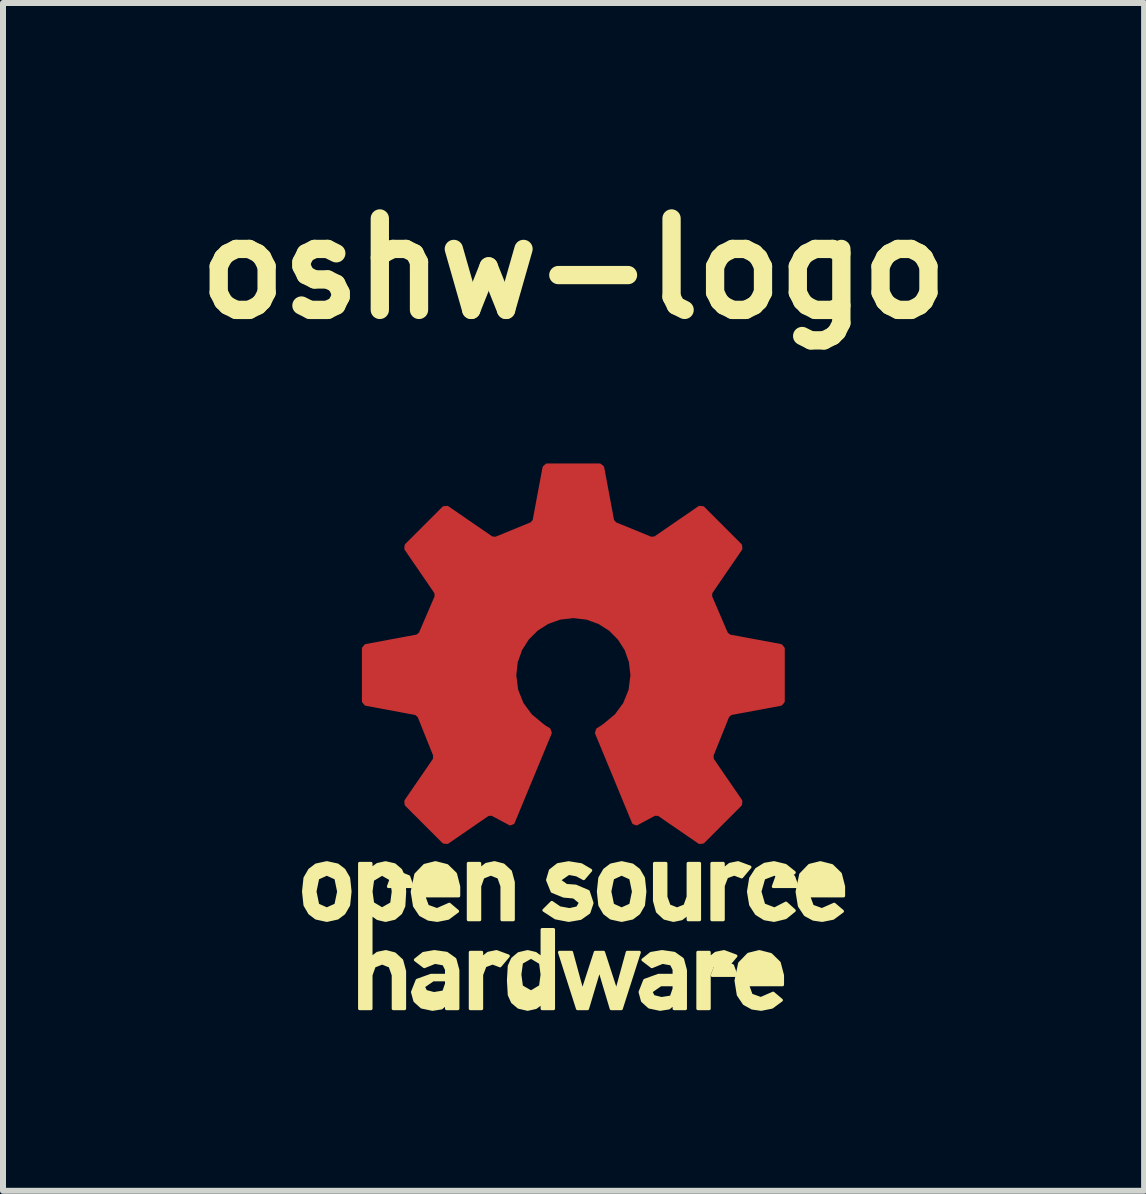
<source format=kicad_pcb>
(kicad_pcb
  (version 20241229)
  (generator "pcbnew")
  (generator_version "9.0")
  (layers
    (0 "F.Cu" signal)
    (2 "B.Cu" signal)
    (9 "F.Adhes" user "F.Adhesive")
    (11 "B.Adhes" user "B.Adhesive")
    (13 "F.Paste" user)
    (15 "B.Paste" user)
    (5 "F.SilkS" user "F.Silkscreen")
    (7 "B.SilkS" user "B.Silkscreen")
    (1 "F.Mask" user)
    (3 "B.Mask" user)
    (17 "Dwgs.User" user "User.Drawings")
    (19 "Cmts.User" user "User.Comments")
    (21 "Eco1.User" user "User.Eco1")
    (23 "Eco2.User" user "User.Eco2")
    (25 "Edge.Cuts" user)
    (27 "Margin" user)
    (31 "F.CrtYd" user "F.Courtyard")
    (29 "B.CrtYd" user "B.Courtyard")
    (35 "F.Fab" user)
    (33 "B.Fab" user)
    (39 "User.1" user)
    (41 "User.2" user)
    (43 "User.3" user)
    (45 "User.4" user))
  (footprint "oshw-logo"
    (layer "F.Cu")
    (at 6.51 9.123)
    (property "Reference" "oshw-logo" (at 0 -7.697 0) (layer "F.SilkS") (effects (font (size 1.524 1.524) (thickness 0.305))))
    (attr smd)
    (fp_poly (pts (xy 3.456 -1.412) (xy 2.597 -1.572) (xy 2.547 -1.615) (xy 2.283 -2.23) (xy 2.287 -2.296) (xy 2.788 -3.026) (xy 2.782 -3.085) (xy 2.157 -3.71) (xy 2.098 -3.716) (xy 1.356 -3.206) (xy 1.289 -3.201) (xy 0.694 -3.445) (xy 0.65 -3.495) (xy 0.484 -4.384) (xy 0.438 -4.422) (xy -0.446 -4.422) (xy -0.491 -4.384) (xy -0.657 -3.495) (xy -0.701 -3.445) (xy -1.296 -3.201) (xy -1.363 -3.206) (xy -2.105 -3.716) (xy -2.165 -3.71) (xy -2.79 -3.085) (xy -2.795 -3.026) (xy -2.295 -2.296) (xy -2.29 -2.23) (xy -2.554 -1.615) (xy -2.605 -1.572) (xy -3.464 -1.412) (xy -3.502 -1.366) (xy -3.502 -0.482) (xy -3.464 -0.436) (xy -2.626 -0.28) (xy -2.576 -0.236) (xy -2.314 0.417) (xy -2.319 0.484) (xy -2.795 1.178) (xy -2.79 1.237) (xy -2.165 1.862) (xy -2.105 1.868) (xy -1.424 1.4) (xy -1.359 1.398) (xy -1.058 1.558) (xy -1.009 1.54) (xy -0.389 0.043) (xy -0.407 -0.013) (xy -0.483 -0.059) (xy -0.53 -0.095) (xy -0.715 -0.249) (xy -0.858 -0.442) (xy -0.949 -0.669) (xy -0.981 -0.919) (xy -0.956 -1.143) (xy -0.882 -1.349) (xy -0.767 -1.53) (xy -0.615 -1.682) (xy -0.434 -1.797) (xy -0.228 -1.871) (xy -0.004 -1.897) (xy 0.22 -1.871) (xy 0.426 -1.797) (xy 0.608 -1.682) (xy 0.759 -1.53) (xy 0.875 -1.349) (xy 0.948 -1.143) (xy 0.974 -0.919) (xy 0.942 -0.669) (xy 0.85 -0.442) (xy 0.708 -0.249) (xy 0.523 -0.095) (xy 0.475 -0.059) (xy 0.4 -0.013) (xy 0.382 0.043) (xy 1.001 1.54) (xy 1.051 1.558) (xy 1.351 1.398) (xy 1.417 1.4) (xy 2.098 1.868) (xy 2.157 1.862) (xy 2.782 1.237) (xy 2.788 1.178) (xy 2.312 0.484) (xy 2.307 0.417) (xy 2.569 -0.236) (xy 2.618 -0.28) (xy 3.456 -0.436) (xy 3.494 -0.482) (xy 3.494 -1.366) (xy 3.456 -1.412) (xy 3.456 -1.412)) (stroke (width 0.052) (type solid)) (fill yes) (layer "F.Cu"))
    (fp_poly (pts (xy -0.456 -4.526) (xy -0.604 -4.37) (xy -0.654 -4.152) (xy -0.666 -3.913) (xy -0.704 -3.695) (xy -0.842 -3.524) (xy -1.031 -3.399) (xy -1.243 -3.341) (xy -1.451 -3.371) (xy -1.626 -3.512) (xy -1.791 -3.656) (xy -1.974 -3.754) (xy -2.16 -3.784) (xy -2.336 -3.723) (xy -2.487 -3.549) (xy -2.636 -3.402) (xy -2.779 -3.241) (xy -2.87 -3.071) (xy -2.864 -2.897) (xy -2.715 -2.723) (xy -2.577 -2.567) (xy -2.481 -2.392) (xy -2.44 -2.206) (xy -2.469 -2.016) (xy -2.579 -1.83) (xy -2.682 -1.686) (xy -2.837 -1.617) (xy -3.023 -1.591) (xy -3.221 -1.577) (xy -3.412 -1.543) (xy -3.575 -1.456) (xy -3.598 -1.233) (xy -3.619 -0.996) (xy -3.621 -0.76) (xy -3.588 -0.538) (xy -3.507 -0.344) (xy -3.328 -0.291) (xy -3.136 -0.27) (xy -2.945 -0.25) (xy -2.769 -0.197) (xy -2.623 -0.079) (xy -2.517 0.123) (xy -2.473 0.332) (xy -2.495 0.537) (xy -2.584 0.728) (xy -2.741 0.893) (xy -2.864 1.063) (xy -2.871 1.227) (xy -2.794 1.383) (xy -2.665 1.53) (xy -2.516 1.667) (xy -2.378 1.791) (xy -2.226 1.941) (xy -2.06 1.948) (xy -1.89 1.862) (xy -1.724 1.735) (xy -1.571 1.618) (xy -1.459 1.531) (xy -1.326 1.544) (xy -1.187 1.603) (xy -1.055 1.649) (xy -0.946 1.627) (xy -0.874 1.481) (xy -0.789 1.271) (xy -0.699 1.061) (xy -0.609 0.853) (xy -0.519 0.644) (xy -0.433 0.433) (xy -0.354 0.22) (xy -0.283 0.004) (xy -0.426 -0.153) (xy -0.594 -0.287) (xy -0.744 -0.436) (xy -0.834 -0.634) (xy -0.879 -0.852) (xy -0.862 -1.071) (xy -0.79 -1.28) (xy -0.673 -1.468) (xy -0.517 -1.624) (xy -0.33 -1.736) (xy -0.12 -1.795) (xy 0.106 -1.788) (xy 0.314 -1.743) (xy 0.494 -1.644) (xy 0.644 -1.502) (xy 0.758 -1.329) (xy 0.833 -1.133) (xy 0.865 -0.927) (xy 0.85 -0.72) (xy 0.785 -0.524) (xy 0.666 -0.349) (xy 0.509 -0.239) (xy 0.381 -0.112) (xy 0.307 0.032) (xy 0.309 0.195) (xy 0.411 0.375) (xy 0.496 0.588) (xy 0.58 0.801) (xy 0.665 1.014) (xy 0.754 1.226) (xy 0.849 1.435) (xy 0.952 1.64) (xy 1.133 1.627) (xy 1.31 1.56) (xy 1.478 1.538) (xy 1.633 1.659) (xy 1.772 1.783) (xy 1.93 1.894) (xy 2.093 1.955) (xy 2.249 1.927) (xy 2.385 1.773) (xy 2.536 1.648) (xy 2.686 1.506) (xy 2.806 1.351) (xy 2.866 1.187) (xy 2.839 1.018) (xy 2.696 0.85) (xy 2.536 0.672) (xy 2.467 0.469) (xy 2.476 0.255) (xy 2.552 0.044) (xy 2.683 -0.148) (xy 2.851 -0.236) (xy 3.046 -0.266) (xy 3.247 -0.279) (xy 3.435 -0.32) (xy 3.59 -0.434) (xy 3.587 -0.641) (xy 3.6 -0.851) (xy 3.611 -1.063) (xy 3.602 -1.271) (xy 3.553 -1.474) (xy 3.38 -1.544) (xy 3.184 -1.575) (xy 2.983 -1.595) (xy 2.796 -1.634) (xy 2.642 -1.72) (xy 2.538 -1.883) (xy 2.44 -2.081) (xy 2.438 -2.274) (xy 2.506 -2.459) (xy 2.621 -2.631) (xy 2.758 -2.788) (xy 2.871 -2.937) (xy 2.874 -3.077) (xy 2.799 -3.209) (xy 2.681 -3.336) (xy 2.553 -3.46) (xy 2.449 -3.581) (xy 2.302 -3.746) (xy 2.141 -3.792) (xy 1.971 -3.752) (xy 1.801 -3.655) (xy 1.637 -3.532) (xy 1.485 -3.413) (xy 1.318 -3.349) (xy 1.136 -3.358) (xy 0.96 -3.427) (xy 0.809 -3.544) (xy 0.705 -3.697) (xy 0.668 -3.874) (xy 0.656 -4.058) (xy 0.627 -4.256) (xy 0.561 -4.428) (xy 0.437 -4.532) (xy 0.235 -4.526) (xy 0.005 -4.526) (xy -0.226 -4.527) (xy -0.456 -4.526) (xy -0.456 -4.526)) (stroke (width 0.052) (type solid)) (fill yes) (layer "F.Mask"))
    (fp_poly (pts (xy -2.18 1.95) (xy -2.252 1.922) (xy -2.367 1.802) (xy -2.499 1.677) (xy -2.729 1.453) (xy -2.846 1.284) (xy -2.873 1.139) (xy -2.835 1.015) (xy -2.707 0.867) (xy -2.575 0.714) (xy -2.501 0.568) (xy -2.471 0.403) (xy -2.489 0.212) (xy -2.555 0.025) (xy -2.658 -0.121) (xy -2.825 -0.222) (xy -3.108 -0.271) (xy -3.315 -0.294) (xy -3.441 -0.324) (xy -3.528 -0.39) (xy -3.584 -0.54) (xy -3.612 -0.725) (xy -3.614 -0.965) (xy -3.59 -1.28) (xy -3.56 -1.461) (xy -3.346 -1.554) (xy -3.098 -1.583) (xy -2.853 -1.611) (xy -2.695 -1.674) (xy -2.597 -1.784) (xy -2.547 -1.865) (xy -2.458 -2.046) (xy -2.441 -2.238) (xy -2.496 -2.435) (xy -2.575 -2.568) (xy -2.711 -2.717) (xy -2.845 -2.87) (xy -2.875 -2.989) (xy -2.822 -3.168) (xy -2.616 -3.413) (xy -2.504 -3.534) (xy -2.436 -3.615) (xy -2.316 -3.729) (xy -2.165 -3.776) (xy -1.991 -3.754) (xy -1.827 -3.673) (xy -1.643 -3.518) (xy -1.495 -3.392) (xy -1.371 -3.344) (xy -1.177 -3.348) (xy -0.959 -3.436) (xy -0.78 -3.581) (xy -0.689 -3.737) (xy -0.658 -4.009) (xy -0.638 -4.226) (xy -0.606 -4.356) (xy -0.498 -4.495) (xy -0.461 -4.52) (xy -0.077 -4.528) (xy 0.211 -4.533) (xy 0.363 -4.536) (xy 0.528 -4.46) (xy 0.594 -4.349) (xy 0.637 -4.177) (xy 0.662 -3.915) (xy 0.686 -3.735) (xy 0.812 -3.537) (xy 1.014 -3.396) (xy 1.249 -3.343) (xy 1.413 -3.372) (xy 1.614 -3.508) (xy 1.852 -3.681) (xy 2.022 -3.766) (xy 2.163 -3.784) (xy 2.308 -3.735) (xy 2.433 -3.598) (xy 2.507 -3.508) (xy 2.63 -3.38) (xy 2.796 -3.203) (xy 2.863 -3.092) (xy 2.868 -2.947) (xy 2.745 -2.777) (xy 2.596 -2.602) (xy 2.496 -2.442) (xy 2.44 -2.295) (xy 2.43 -2.156) (xy 2.504 -1.926) (xy 2.56 -1.826) (xy 2.672 -1.694) (xy 2.854 -1.615) (xy 3.109 -1.578) (xy 3.351 -1.546) (xy 3.544 -1.473) (xy 3.576 -1.375) (xy 3.602 -1.213) (xy 3.607 -1.078) (xy 3.597 -0.871) (xy 3.586 -0.677) (xy 3.582 -0.533) (xy 3.582 -0.425) (xy 3.543 -0.392) (xy 3.389 -0.311) (xy 3.101 -0.272) (xy 2.866 -0.244) (xy 2.698 -0.166) (xy 2.55 0.041) (xy 2.473 0.255) (xy 2.463 0.456) (xy 2.519 0.644) (xy 2.587 0.746) (xy 2.738 0.897) (xy 2.829 1.008) (xy 2.857 1.147) (xy 2.824 1.304) (xy 2.749 1.424) (xy 2.63 1.555) (xy 2.455 1.71) (xy 2.356 1.811) (xy 2.208 1.942) (xy 2.108 1.948) (xy 1.963 1.905) (xy 1.792 1.791) (xy 1.631 1.644) (xy 1.439 1.533) (xy 1.222 1.59) (xy 0.983 1.642) (xy 0.873 1.472) (xy 0.803 1.324) (xy 0.735 1.17) (xy 0.656 0.979) (xy 0.552 0.717) (xy 0.447 0.462) (xy 0.389 0.342) (xy 0.333 0.245) (xy 0.307 0.107) (xy 0.335 -0.031) (xy 0.448 -0.171) (xy 0.603 -0.304) (xy 0.703 -0.387) (xy 0.779 -0.511) (xy 0.839 -0.655) (xy 0.864 -0.838) (xy 0.857 -1.031) (xy 0.803 -1.234) (xy 0.709 -1.417) (xy 0.578 -1.575) (xy 0.418 -1.698) (xy 0.237 -1.769) (xy 0.012 -1.797) (xy -0.201 -1.782) (xy -0.412 -1.697) (xy -0.598 -1.554) (xy -0.748 -1.364) (xy -0.849 -1.139) (xy -0.875 -0.904) (xy -0.845 -0.652) (xy -0.749 -0.439) (xy -0.553 -0.251) (xy -0.39 -0.112) (xy -0.306 -0.021) (xy -0.288 0.009) (xy -0.312 0.086) (xy -0.36 0.226) (xy -0.429 0.405) (xy -0.52 0.628) (xy -0.635 0.902) (xy -0.783 1.248) (xy -0.856 1.425) (xy -0.886 1.511) (xy -0.978 1.639) (xy -1.171 1.603) (xy -1.416 1.525) (xy -1.554 1.588) (xy -1.656 1.677) (xy -1.839 1.819) (xy -1.97 1.904) (xy -2.077 1.946) (xy -2.127 1.955) (xy -2.18 1.95) (xy -2.18 1.95)) (stroke (width 0.009) (type solid)) (fill yes) (layer "F.Mask"))
    (fp_poly (pts (xy -1.721 4.638) (xy -1.533 4.638) (xy -1.533 4.073) (xy -1.476 3.924) (xy -1.349 3.877) (xy -1.225 3.924) (xy -1.088 3.761) (xy -1.285 3.688) (xy -1.422 3.716) (xy -1.529 3.8) (xy -1.533 3.8) (xy -1.533 3.7) (xy -1.721 3.7) (xy -1.721 4.638)) (stroke (width 0.052) (type solid)) (fill yes) (layer "F.SilkS"))
    (fp_poly (pts (xy 2.072 4.638) (xy 2.26 4.638) (xy 2.26 4.073) (xy 2.317 3.924) (xy 2.444 3.877) (xy 2.568 3.924) (xy 2.705 3.761) (xy 2.508 3.688) (xy 2.371 3.716) (xy 2.264 3.8) (xy 2.26 3.8) (xy 2.26 3.7) (xy 2.072 3.7) (xy 2.072 4.638)) (stroke (width 0.052) (type solid)) (fill yes) (layer "F.SilkS"))
    (fp_poly (pts (xy 2.306 3.156) (xy 2.494 3.156) (xy 2.494 2.591) (xy 2.551 2.442) (xy 2.678 2.395) (xy 2.802 2.442) (xy 2.939 2.279) (xy 2.742 2.206) (xy 2.605 2.234) (xy 2.498 2.318) (xy 2.494 2.318) (xy 2.494 2.218) (xy 2.306 2.218) (xy 2.306 3.156)) (stroke (width 0.052) (type solid)) (fill yes) (layer "F.SilkS"))
    (fp_poly (pts (xy 0.895 3.7) (xy 0.715 4.357) (xy 0.712 4.357) (xy 0.499 3.7) (xy 0.362 3.7) (xy 0.149 4.357) (xy 0.145 4.357) (xy -0.034 3.7) (xy -0.234 3.7) (xy 0.066 4.638) (xy 0.232 4.638) (xy 0.428 3.981) (xy 0.432 3.981) (xy 0.628 4.638) (xy 0.795 4.638) (xy 1.095 3.7) (xy 0.895 3.7)) (stroke (width 0.052) (type solid)) (fill yes) (layer "F.SilkS"))
    (fp_poly (pts (xy -1.754 3.156) (xy -1.565 3.156) (xy -1.565 2.597) (xy -1.512 2.448) (xy -1.378 2.395) (xy -1.246 2.448) (xy -1.193 2.597) (xy -1.193 3.156) (xy -1.005 3.156) (xy -1.005 2.532) (xy -1.053 2.353) (xy -1.171 2.244) (xy -1.317 2.206) (xy -1.455 2.234) (xy -1.561 2.318) (xy -1.565 2.318) (xy -1.565 2.218) (xy -1.754 2.218) (xy -1.754 3.156)) (stroke (width 0.052) (type solid)) (fill yes) (layer "F.SilkS"))
    (fp_poly (pts (xy 1.349 2.841) (xy 1.398 3.02) (xy 1.516 3.13) (xy 1.664 3.167) (xy 1.8 3.139) (xy 1.906 3.056) (xy 1.91 3.056) (xy 1.91 3.156) (xy 2.099 3.156) (xy 2.099 2.218) (xy 1.91 2.218) (xy 1.91 2.776) (xy 1.857 2.925) (xy 1.725 2.978) (xy 1.591 2.925) (xy 1.538 2.776) (xy 1.538 2.218) (xy 1.349 2.218) (xy 1.349 2.841)) (stroke (width 0.052) (type solid)) (fill yes) (layer "F.SilkS"))
    (fp_poly (pts (xy 3.54 2.88) (xy 3.349 2.978) (xy 3.169 2.909) (xy 3.105 2.688) (xy 3.169 2.464) (xy 3.349 2.395) (xy 3.54 2.493) (xy 3.678 2.369) (xy 3.533 2.253) (xy 3.342 2.206) (xy 3.184 2.233) (xy 3.048 2.318) (xy 2.952 2.467) (xy 2.916 2.688) (xy 2.952 2.907) (xy 3.048 3.056) (xy 3.184 3.14) (xy 3.342 3.167) (xy 3.533 3.121) (xy 3.678 3.004) (xy 3.54 2.88)) (stroke (width 0.052) (type solid)) (fill yes) (layer "F.SilkS"))
    (fp_poly (pts (xy -1.915 2.758) (xy -1.915 2.603) (xy -1.969 2.392) (xy -2.109 2.255) (xy -2.302 2.206) (xy -2.483 2.251) (xy -2.887 2.384) (xy -2.748 2.44) (xy -2.689 2.603) (xy -3.085 2.603) (xy -3.026 2.44) (xy -2.887 2.384) (xy -2.483 2.251) (xy -2.629 2.402) (xy -2.689 2.69) (xy -2.651 2.926) (xy -2.553 3.073) (xy -2.418 3.146) (xy -2.272 3.167) (xy -2.09 3.131) (xy -1.934 3.015) (xy -2.071 2.899) (xy -2.276 2.989) (xy -2.436 2.931) (xy -2.5 2.758) (xy -1.915 2.758)) (stroke (width 0.052) (type solid)) (fill yes) (layer "F.SilkS"))
    (fp_poly (pts (xy 3.482 4.24) (xy 3.482 4.084) (xy 3.427 3.874) (xy 3.287 3.737) (xy 3.095 3.688) (xy 2.914 3.733) (xy 2.51 3.866) (xy 2.649 3.922) (xy 2.708 4.084) (xy 2.312 4.084) (xy 2.371 3.922) (xy 2.51 3.866) (xy 2.914 3.733) (xy 2.768 3.884) (xy 2.708 4.171) (xy 2.746 4.408) (xy 2.844 4.554) (xy 2.978 4.628) (xy 3.125 4.649) (xy 3.306 4.613) (xy 3.463 4.497) (xy 3.326 4.381) (xy 3.121 4.471) (xy 2.96 4.413) (xy 2.897 4.24) (xy 3.482 4.24)) (stroke (width 0.052) (type solid)) (fill yes) (layer "F.SilkS"))
    (fp_poly (pts (xy 4.5 2.758) (xy 4.5 2.603) (xy 4.446 2.392) (xy 4.306 2.255) (xy 4.113 2.206) (xy 3.932 2.251) (xy 3.528 2.384) (xy 3.667 2.44) (xy 3.726 2.603) (xy 3.33 2.603) (xy 3.389 2.44) (xy 3.528 2.384) (xy 3.932 2.251) (xy 3.786 2.402) (xy 3.726 2.69) (xy 3.764 2.926) (xy 3.862 3.073) (xy 3.997 3.146) (xy 4.143 3.167) (xy 4.325 3.131) (xy 4.481 3.015) (xy 4.344 2.899) (xy 4.139 2.989) (xy 3.979 2.931) (xy 3.915 2.758) (xy 4.5 2.758)) (stroke (width 0.052) (type solid)) (fill yes) (layer "F.SilkS"))
    (fp_poly (pts (xy -4.5 2.686) (xy -4.265 2.91) (xy -4.311 2.686) (xy -4.265 2.464) (xy -4.113 2.395) (xy -3.961 2.464) (xy -3.915 2.688) (xy -3.961 2.91) (xy -4.113 2.978) (xy -4.265 2.91) (xy -4.5 2.686) (xy -4.476 2.913) (xy -4.398 3.047) (xy -4.291 3.128) (xy -4.113 3.167) (xy -3.935 3.128) (xy -3.828 3.047) (xy -3.75 2.913) (xy -3.726 2.686) (xy -3.75 2.461) (xy -3.828 2.327) (xy -3.935 2.245) (xy -4.113 2.206) (xy -4.291 2.245) (xy -4.398 2.327) (xy -4.476 2.461) (xy -4.5 2.686)) (stroke (width 0.052) (type solid)) (fill yes) (layer "F.SilkS"))
    (fp_poly (pts (xy 0.414 2.686) (xy 0.65 2.91) (xy 0.603 2.686) (xy 0.65 2.464) (xy 0.801 2.395) (xy 0.953 2.464) (xy 0.999 2.688) (xy 0.953 2.91) (xy 0.801 2.978) (xy 0.65 2.91) (xy 0.414 2.686) (xy 0.438 2.913) (xy 0.516 3.047) (xy 0.623 3.128) (xy 0.801 3.167) (xy 0.979 3.128) (xy 1.086 3.047) (xy 1.164 2.913) (xy 1.188 2.686) (xy 1.164 2.461) (xy 1.086 2.327) (xy 0.979 2.245) (xy 0.801 2.206) (xy 0.623 2.245) (xy 0.516 2.327) (xy 0.438 2.461) (xy 0.414 2.686)) (stroke (width 0.052) (type solid)) (fill yes) (layer "F.SilkS"))
    (fp_poly (pts (xy -0.524 4.638) (xy -0.335 4.638) (xy -0.55 3.874) (xy -0.524 4.07) (xy -0.55 4.267) (xy -0.709 4.362) (xy -0.869 4.271) (xy -0.896 4.07) (xy -0.869 3.87) (xy -0.709 3.779) (xy -0.55 3.874) (xy -0.335 4.638) (xy -0.335 3.32) (xy -0.524 3.32) (xy -0.524 3.8) (xy -0.635 3.719) (xy -0.766 3.688) (xy -0.915 3.723) (xy -1.018 3.811) (xy -1.071 3.928) (xy -1.085 4.168) (xy -1.071 4.409) (xy -1.018 4.527) (xy -0.915 4.614) (xy -0.766 4.649) (xy -0.631 4.619) (xy -0.524 4.54) (xy -0.524 4.638)) (stroke (width 0.052) (type solid)) (fill yes) (layer "F.SilkS"))
    (fp_poly (pts (xy -0.494 2.999) (xy -0.3 3.125) (xy -0.081 3.167) (xy 0.116 3.133) (xy 0.255 3.035) (xy 0.307 2.878) (xy 0.244 2.686) (xy 0.035 2.597) (xy -0.12 2.586) (xy -0.244 2.497) (xy -0.083 2.384) (xy 0.053 2.408) (xy 0.168 2.471) (xy 0.285 2.334) (xy 0.128 2.241) (xy -0.083 2.207) (xy -0.262 2.239) (xy -0.386 2.336) (xy -0.433 2.495) (xy -0.356 2.684) (xy -0.163 2.762) (xy 0.004 2.777) (xy 0.118 2.869) (xy 0.066 2.959) (xy -0.067 2.989) (xy -0.231 2.959) (xy -0.363 2.869) (xy -0.494 2.999)) (stroke (width 0.052) (type solid)) (fill yes) (layer "F.SilkS"))
    (fp_poly (pts (xy -2.117 4.638) (xy -2.117 4.225) (xy -2.164 4.361) (xy -2.328 4.388) (xy -2.465 4.352) (xy -2.506 4.27) (xy -2.343 4.157) (xy -2.117 4.157) (xy -2.117 4.225) (xy -2.117 4.638) (xy -1.929 4.638) (xy -1.929 3.998) (xy -1.978 3.815) (xy -2.115 3.717) (xy -2.319 3.688) (xy -2.503 3.719) (xy -2.636 3.825) (xy -2.488 3.938) (xy -2.31 3.866) (xy -2.163 3.893) (xy -2.117 3.986) (xy -2.117 4.084) (xy -2.378 4.084) (xy -2.607 4.167) (xy -2.684 4.362) (xy -2.644 4.509) (xy -2.531 4.611) (xy -2.352 4.649) (xy -2.203 4.626) (xy -2.121 4.555) (xy -2.117 4.555) (xy -2.117 4.638)) (stroke (width 0.052) (type solid)) (fill yes) (layer "F.SilkS"))
    (fp_poly (pts (xy 1.676 4.638) (xy 1.676 4.308) (xy 1.629 4.445) (xy 1.465 4.471) (xy 1.328 4.436) (xy 1.287 4.353) (xy 1.45 4.24) (xy 1.676 4.24) (xy 1.676 4.308) (xy 1.676 4.638) (xy 1.864 4.638) (xy 1.864 3.998) (xy 1.815 3.815) (xy 1.678 3.717) (xy 1.474 3.688) (xy 1.29 3.719) (xy 1.157 3.825) (xy 1.305 3.938) (xy 1.483 3.866) (xy 1.63 3.893) (xy 1.676 3.986) (xy 1.676 4.084) (xy 1.415 4.084) (xy 1.186 4.167) (xy 1.109 4.362) (xy 1.149 4.509) (xy 1.262 4.611) (xy 1.441 4.649) (xy 1.589 4.626) (xy 1.672 4.555) (xy 1.676 4.555) (xy 1.676 4.638) (xy 1.676 4.638)) (stroke (width 0.052) (type solid)) (fill yes) (layer "F.SilkS"))
    (fp_poly (pts (xy -3.192 2.978) (xy -2.83 2.927) (xy -2.882 3.045) (xy -2.985 3.132) (xy -3.134 3.167) (xy -3.265 3.136) (xy -3.377 3.056) (xy -3.377 3.8) (xy -3.267 3.716) (xy -3.129 3.688) (xy -2.983 3.726) (xy -2.865 3.835) (xy -2.817 4.014) (xy -2.817 4.638) (xy -3.005 4.638) (xy -3.005 4.079) (xy -3.058 3.93) (xy -3.19 3.877) (xy -3.324 3.93) (xy -3.377 4.079) (xy -3.377 4.638) (xy -3.566 4.638) (xy -3.566 2.218) (xy -3.377 2.218) (xy -3.377 2.316) (xy -3.269 2.237) (xy -3.134 2.207) (xy -2.985 2.241) (xy -2.882 2.329) (xy -2.83 2.446) (xy -2.816 2.688) (xy -2.83 2.927) (xy -3.192 2.978) (xy -3.031 2.887) (xy -3.005 2.688) (xy -3.031 2.487) (xy -3.192 2.395) (xy -3.35 2.49) (xy -3.377 2.688) (xy -3.35 2.884) (xy -3.192 2.978)) (stroke (width 0.052) (type solid)) (fill yes) (layer "F.SilkS")))
  (gr_rect
    (start -3 -3)
    (end 16.019 16.798)
    (stroke (width 0.1) (type default))
    (fill no)
    (layer "Edge.Cuts")))
</source>
